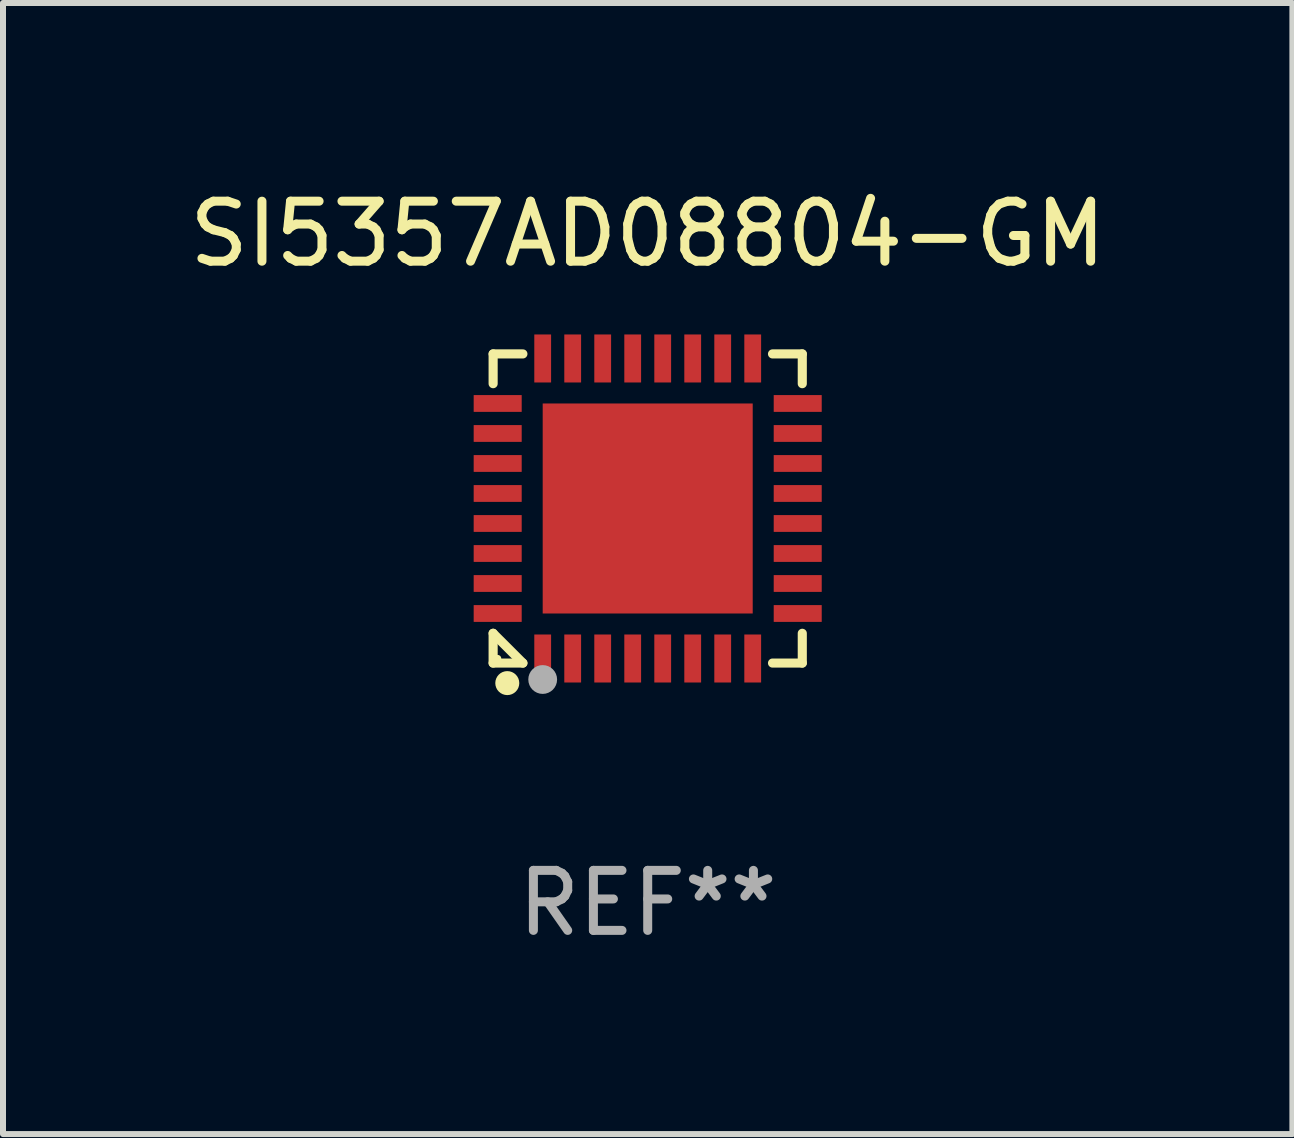
<source format=kicad_pcb>
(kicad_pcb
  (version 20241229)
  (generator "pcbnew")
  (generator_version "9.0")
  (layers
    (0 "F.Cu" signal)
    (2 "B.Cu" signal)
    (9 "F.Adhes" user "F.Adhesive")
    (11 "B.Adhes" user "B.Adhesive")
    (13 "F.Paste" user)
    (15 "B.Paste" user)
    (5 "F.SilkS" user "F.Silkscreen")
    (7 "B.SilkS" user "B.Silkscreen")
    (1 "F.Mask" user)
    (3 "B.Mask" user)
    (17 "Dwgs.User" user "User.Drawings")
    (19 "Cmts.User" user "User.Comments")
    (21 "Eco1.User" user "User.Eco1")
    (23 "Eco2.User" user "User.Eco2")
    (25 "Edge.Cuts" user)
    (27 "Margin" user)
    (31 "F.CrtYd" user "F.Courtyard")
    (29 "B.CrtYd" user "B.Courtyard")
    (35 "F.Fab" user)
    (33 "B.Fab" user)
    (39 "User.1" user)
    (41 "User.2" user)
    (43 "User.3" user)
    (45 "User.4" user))
  (footprint "SI5357AD08804-GM"
    (layer "F.Cu")
    (at 7.744 5.424)
    (property "Reference" "SI5357AD08804-GM" (at 0 -4.576 0) (layer "F.SilkS") (effects (font (size 1 1) (thickness 0.15))))
    (attr through_hole)
    (fp_line (start -2.576 -2.576) (end -2.08 -2.576) (stroke (width 0.152) (type solid)) (layer "F.SilkS"))
    (fp_line (start -2.576 -2.08) (end -2.576 -2.576) (stroke (width 0.152) (type solid)) (layer "F.SilkS"))
    (fp_line (start -2.576 2.08) (end -2.576 2.576) (stroke (width 0.152) (type solid)) (layer "F.SilkS"))
    (fp_line (start -2.576 2.08) (end -2.08 2.576) (stroke (width 0.152) (type solid)) (layer "F.SilkS"))
    (fp_line (start -2.576 2.576) (end -2.08 2.576) (stroke (width 0.152) (type solid)) (layer "F.SilkS"))
    (fp_line (start 2.576 -2.576) (end 2.08 -2.576) (stroke (width 0.152) (type solid)) (layer "F.SilkS"))
    (fp_line (start 2.576 -2.08) (end 2.576 -2.576) (stroke (width 0.152) (type solid)) (layer "F.SilkS"))
    (fp_line (start 2.576 2.08) (end 2.576 2.576) (stroke (width 0.152) (type solid)) (layer "F.SilkS"))
    (fp_line (start 2.576 2.576) (end 2.08 2.576) (stroke (width 0.152) (type solid)) (layer "F.SilkS"))
    (fp_circle (center -2.5 2.5) (end -2.47 2.5) (stroke (width 0.06) (type solid)) (fill no) (layer "F.SilkS"))
    (fp_circle (center -2.34 2.91) (end -2.24 2.91) (stroke (width 0.2) (type solid)) (fill no) (layer "F.SilkS"))
    (fp_circle (center -1.75 2.85) (end -1.63 2.85) (stroke (width 0.24) (type solid)) (fill no) (layer "F.Fab"))
    (fp_text user "REF**" (at 0 6.576 0) (layer "F.Fab") (effects (font (size 1 1) (thickness 0.15))))
    (pad "1" smd rect (at -1.75 2.5) (size 0.28 0.8) (layers "F.Cu" "F.Mask" "F.Paste"))
    (pad "2" smd rect (at -1.25 2.5) (size 0.28 0.8) (layers "F.Cu" "F.Mask" "F.Paste"))
    (pad "3" smd rect (at -0.75 2.5) (size 0.28 0.8) (layers "F.Cu" "F.Mask" "F.Paste"))
    (pad "4" smd rect (at -0.25 2.5) (size 0.28 0.8) (layers "F.Cu" "F.Mask" "F.Paste"))
    (pad "5" smd rect (at 0.25 2.5) (size 0.28 0.8) (layers "F.Cu" "F.Mask" "F.Paste"))
    (pad "6" smd rect (at 0.75 2.5) (size 0.28 0.8) (layers "F.Cu" "F.Mask" "F.Paste"))
    (pad "7" smd rect (at 1.25 2.5) (size 0.28 0.8) (layers "F.Cu" "F.Mask" "F.Paste"))
    (pad "8" smd rect (at 1.75 2.5) (size 0.28 0.8) (layers "F.Cu" "F.Mask" "F.Paste"))
    (pad "9" smd rect (at 2.5 1.75) (size 0.8 0.28) (layers "F.Cu" "F.Mask" "F.Paste"))
    (pad "10" smd rect (at 2.5 1.25) (size 0.8 0.28) (layers "F.Cu" "F.Mask" "F.Paste"))
    (pad "11" smd rect (at 2.5 0.75) (size 0.8 0.28) (layers "F.Cu" "F.Mask" "F.Paste"))
    (pad "12" smd rect (at 2.5 0.25) (size 0.8 0.28) (layers "F.Cu" "F.Mask" "F.Paste"))
    (pad "13" smd rect (at 2.5 -0.25) (size 0.8 0.28) (layers "F.Cu" "F.Mask" "F.Paste"))
    (pad "14" smd rect (at 2.5 -0.75) (size 0.8 0.28) (layers "F.Cu" "F.Mask" "F.Paste"))
    (pad "15" smd rect (at 2.5 -1.25) (size 0.8 0.28) (layers "F.Cu" "F.Mask" "F.Paste"))
    (pad "16" smd rect (at 2.5 -1.75) (size 0.8 0.28) (layers "F.Cu" "F.Mask" "F.Paste"))
    (pad "17" smd rect (at 1.75 -2.5) (size 0.28 0.8) (layers "F.Cu" "F.Mask" "F.Paste"))
    (pad "18" smd rect (at 1.25 -2.5) (size 0.28 0.8) (layers "F.Cu" "F.Mask" "F.Paste"))
    (pad "19" smd rect (at 0.75 -2.5) (size 0.28 0.8) (layers "F.Cu" "F.Mask" "F.Paste"))
    (pad "20" smd rect (at 0.25 -2.5) (size 0.28 0.8) (layers "F.Cu" "F.Mask" "F.Paste"))
    (pad "21" smd rect (at -0.25 -2.5) (size 0.28 0.8) (layers "F.Cu" "F.Mask" "F.Paste"))
    (pad "22" smd rect (at -0.75 -2.5) (size 0.28 0.8) (layers "F.Cu" "F.Mask" "F.Paste"))
    (pad "23" smd rect (at -1.25 -2.5) (size 0.28 0.8) (layers "F.Cu" "F.Mask" "F.Paste"))
    (pad "24" smd rect (at -1.75 -2.5) (size 0.28 0.8) (layers "F.Cu" "F.Mask" "F.Paste"))
    (pad "25" smd rect (at -2.5 -1.75) (size 0.8 0.28) (layers "F.Cu" "F.Mask" "F.Paste"))
    (pad "26" smd rect (at -2.5 -1.25) (size 0.8 0.28) (layers "F.Cu" "F.Mask" "F.Paste"))
    (pad "27" smd rect (at -2.5 -0.75) (size 0.8 0.28) (layers "F.Cu" "F.Mask" "F.Paste"))
    (pad "28" smd rect (at -2.5 -0.25) (size 0.8 0.28) (layers "F.Cu" "F.Mask" "F.Paste"))
    (pad "29" smd rect (at -2.5 0.25) (size 0.8 0.28) (layers "F.Cu" "F.Mask" "F.Paste"))
    (pad "30" smd rect (at -2.5 0.75) (size 0.8 0.28) (layers "F.Cu" "F.Mask" "F.Paste"))
    (pad "31" smd rect (at -2.5 1.25) (size 0.8 0.28) (layers "F.Cu" "F.Mask" "F.Paste"))
    (pad "32" smd rect (at -2.5 1.75) (size 0.8 0.28) (layers "F.Cu" "F.Mask" "F.Paste"))
    (pad "33" smd rect (at 0 0) (size 3.5 3.5) (layers "F.Cu" "F.Mask" "F.Paste")))
  (gr_rect
    (start -3 -3)
    (end 18.488 15.849)
    (stroke (width 0.1) (type default))
    (fill no)
    (layer "Edge.Cuts")))
</source>
